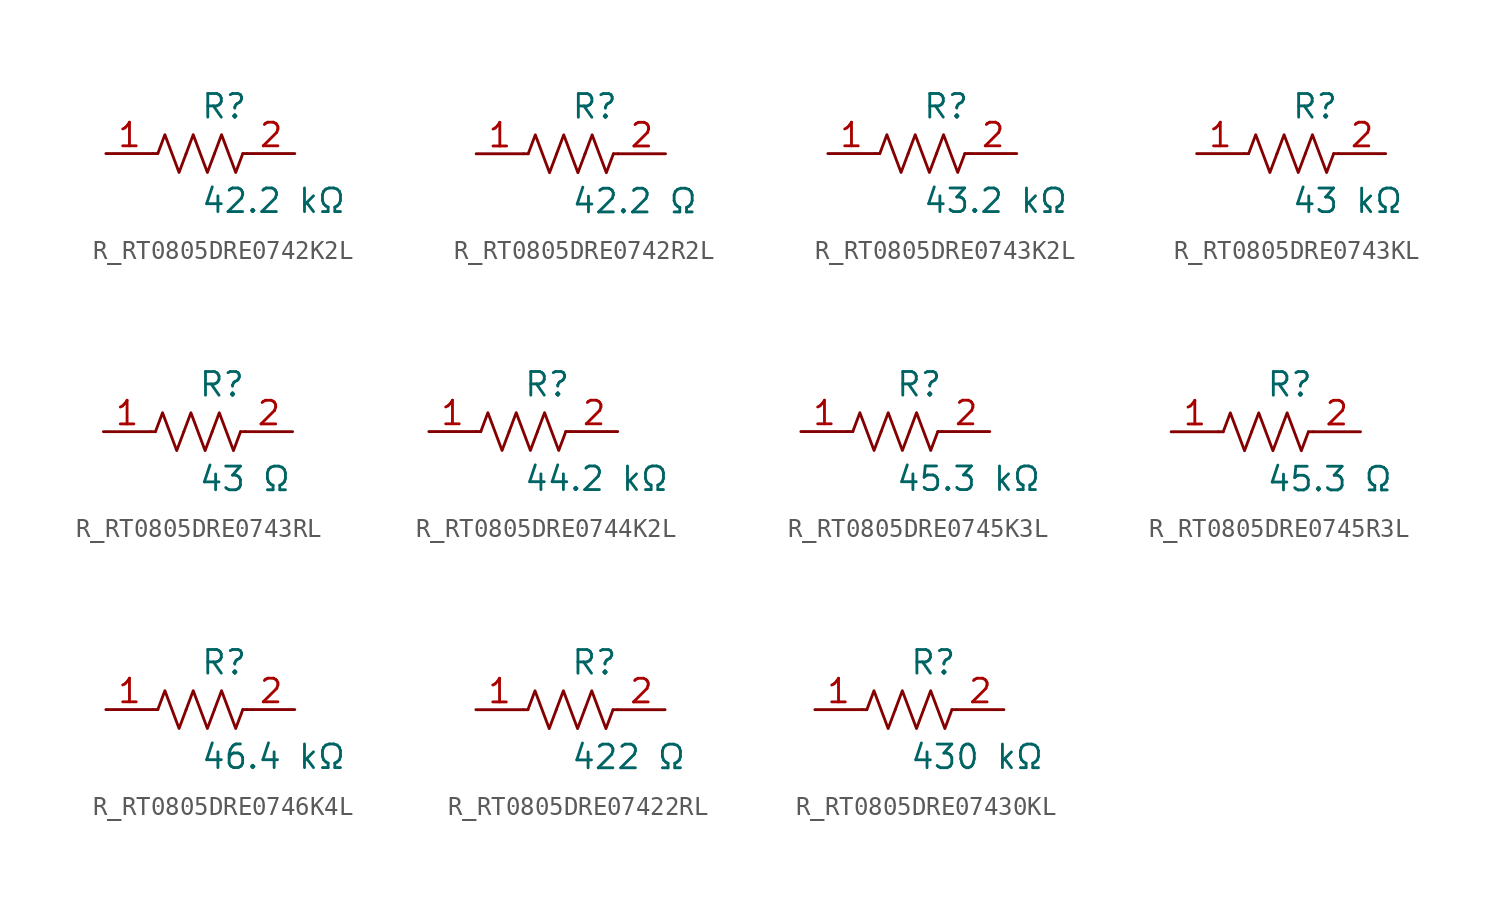
<source format=kicad_sym>
(kicad_symbol_lib
  (version 20231120)
  (generator kicad_symbol_editor)
  (generator_version 8.0)
  (symbol "R_RT0805DRE0742K2L"
    (pin_names
      (offset 0.254))
    (property "Reference" "R"
      (at 0 2.54 0)
      (effects (font (size 1.27 1.27)) (justify left)))
    (property "Value" "42.2 kΩ"
      (at 0 -2.54 0)
      (effects (font (size 1.27 1.27)) (justify left)))
    (symbol "R_RT0805DRE0742K2L_0_1"
      (polyline (pts (xy 2.286 0) (xy 2.54 0)) (stroke (width 0) (type default)) (fill (type none)))
      (polyline (pts (xy -2.286 0) (xy -2.54 0)) (stroke (width 0) (type default)) (fill (type none)))
      (polyline (pts (xy 0.762 0) (xy 1.143 1.016) (xy 1.524 0) (xy 1.905 -1.016) (xy 2.286 0)) (stroke (width 0) (type default)) (fill (type none)))
      (polyline (pts (xy -0.762 0) (xy -0.381 1.016) (xy 0 0) (xy 0.381 -1.016) (xy 0.762 0)) (stroke (width 0) (type default)) (fill (type none)))
      (polyline (pts (xy -2.286 0) (xy -1.905 1.016) (xy -1.524 0) (xy -1.143 -1.016) (xy -0.762 0)) (stroke (width 0) (type default)) (fill (type none))))
    (pin passive line
      (at -5.08 0 0)
      (length 2.54)
      (name "" (effects (font (size 1.27 1.27))))
      (number "1" (effects (font (size 1.27 1.27)))))
    (pin passive line
      (at 5.08 0 180)
      (length 2.54)
      (name "" (effects (font (size 1.27 1.27))))
      (number "2" (effects (font (size 1.27 1.27))))))
  (symbol "R_RT0805DRE0742R2L"
    (pin_names
      (offset 0.254))
    (property "Reference" "R"
      (at 0 2.54 0)
      (effects (font (size 1.27 1.27)) (justify left)))
    (property "Value" "42.2 Ω"
      (at 0 -2.54 0)
      (effects (font (size 1.27 1.27)) (justify left)))
    (symbol "R_RT0805DRE0742R2L_0_1"
      (polyline (pts (xy 2.286 0) (xy 2.54 0)) (stroke (width 0) (type default)) (fill (type none)))
      (polyline (pts (xy -2.286 0) (xy -2.54 0)) (stroke (width 0) (type default)) (fill (type none)))
      (polyline (pts (xy 0.762 0) (xy 1.143 1.016) (xy 1.524 0) (xy 1.905 -1.016) (xy 2.286 0)) (stroke (width 0) (type default)) (fill (type none)))
      (polyline (pts (xy -0.762 0) (xy -0.381 1.016) (xy 0 0) (xy 0.381 -1.016) (xy 0.762 0)) (stroke (width 0) (type default)) (fill (type none)))
      (polyline (pts (xy -2.286 0) (xy -1.905 1.016) (xy -1.524 0) (xy -1.143 -1.016) (xy -0.762 0)) (stroke (width 0) (type default)) (fill (type none))))
    (pin passive line
      (at -5.08 0 0)
      (length 2.54)
      (name "" (effects (font (size 1.27 1.27))))
      (number "1" (effects (font (size 1.27 1.27)))))
    (pin passive line
      (at 5.08 0 180)
      (length 2.54)
      (name "" (effects (font (size 1.27 1.27))))
      (number "2" (effects (font (size 1.27 1.27))))))
  (symbol "R_RT0805DRE0743K2L"
    (pin_names
      (offset 0.254))
    (property "Reference" "R"
      (at 0 2.54 0)
      (effects (font (size 1.27 1.27)) (justify left)))
    (property "Value" "43.2 kΩ"
      (at 0 -2.54 0)
      (effects (font (size 1.27 1.27)) (justify left)))
    (symbol "R_RT0805DRE0743K2L_0_1"
      (polyline (pts (xy 2.286 0) (xy 2.54 0)) (stroke (width 0) (type default)) (fill (type none)))
      (polyline (pts (xy -2.286 0) (xy -2.54 0)) (stroke (width 0) (type default)) (fill (type none)))
      (polyline (pts (xy 0.762 0) (xy 1.143 1.016) (xy 1.524 0) (xy 1.905 -1.016) (xy 2.286 0)) (stroke (width 0) (type default)) (fill (type none)))
      (polyline (pts (xy -0.762 0) (xy -0.381 1.016) (xy 0 0) (xy 0.381 -1.016) (xy 0.762 0)) (stroke (width 0) (type default)) (fill (type none)))
      (polyline (pts (xy -2.286 0) (xy -1.905 1.016) (xy -1.524 0) (xy -1.143 -1.016) (xy -0.762 0)) (stroke (width 0) (type default)) (fill (type none))))
    (pin passive line
      (at -5.08 0 0)
      (length 2.54)
      (name "" (effects (font (size 1.27 1.27))))
      (number "1" (effects (font (size 1.27 1.27)))))
    (pin passive line
      (at 5.08 0 180)
      (length 2.54)
      (name "" (effects (font (size 1.27 1.27))))
      (number "2" (effects (font (size 1.27 1.27))))))
  (symbol "R_RT0805DRE0743KL"
    (pin_names
      (offset 0.254))
    (property "Reference" "R"
      (at 0 2.54 0)
      (effects (font (size 1.27 1.27)) (justify left)))
    (property "Value" "43 kΩ"
      (at 0 -2.54 0)
      (effects (font (size 1.27 1.27)) (justify left)))
    (symbol "R_RT0805DRE0743KL_0_1"
      (polyline (pts (xy 2.286 0) (xy 2.54 0)) (stroke (width 0) (type default)) (fill (type none)))
      (polyline (pts (xy -2.286 0) (xy -2.54 0)) (stroke (width 0) (type default)) (fill (type none)))
      (polyline (pts (xy 0.762 0) (xy 1.143 1.016) (xy 1.524 0) (xy 1.905 -1.016) (xy 2.286 0)) (stroke (width 0) (type default)) (fill (type none)))
      (polyline (pts (xy -0.762 0) (xy -0.381 1.016) (xy 0 0) (xy 0.381 -1.016) (xy 0.762 0)) (stroke (width 0) (type default)) (fill (type none)))
      (polyline (pts (xy -2.286 0) (xy -1.905 1.016) (xy -1.524 0) (xy -1.143 -1.016) (xy -0.762 0)) (stroke (width 0) (type default)) (fill (type none))))
    (pin passive line
      (at -5.08 0 0)
      (length 2.54)
      (name "" (effects (font (size 1.27 1.27))))
      (number "1" (effects (font (size 1.27 1.27)))))
    (pin passive line
      (at 5.08 0 180)
      (length 2.54)
      (name "" (effects (font (size 1.27 1.27))))
      (number "2" (effects (font (size 1.27 1.27))))))
  (symbol "R_RT0805DRE0743RL"
    (pin_names
      (offset 0.254))
    (property "Reference" "R"
      (at 0 2.54 0)
      (effects (font (size 1.27 1.27)) (justify left)))
    (property "Value" "43 Ω"
      (at 0 -2.54 0)
      (effects (font (size 1.27 1.27)) (justify left)))
    (symbol "R_RT0805DRE0743RL_0_1"
      (polyline (pts (xy 2.286 0) (xy 2.54 0)) (stroke (width 0) (type default)) (fill (type none)))
      (polyline (pts (xy -2.286 0) (xy -2.54 0)) (stroke (width 0) (type default)) (fill (type none)))
      (polyline (pts (xy 0.762 0) (xy 1.143 1.016) (xy 1.524 0) (xy 1.905 -1.016) (xy 2.286 0)) (stroke (width 0) (type default)) (fill (type none)))
      (polyline (pts (xy -0.762 0) (xy -0.381 1.016) (xy 0 0) (xy 0.381 -1.016) (xy 0.762 0)) (stroke (width 0) (type default)) (fill (type none)))
      (polyline (pts (xy -2.286 0) (xy -1.905 1.016) (xy -1.524 0) (xy -1.143 -1.016) (xy -0.762 0)) (stroke (width 0) (type default)) (fill (type none))))
    (pin passive line
      (at -5.08 0 0)
      (length 2.54)
      (name "" (effects (font (size 1.27 1.27))))
      (number "1" (effects (font (size 1.27 1.27)))))
    (pin passive line
      (at 5.08 0 180)
      (length 2.54)
      (name "" (effects (font (size 1.27 1.27))))
      (number "2" (effects (font (size 1.27 1.27))))))
  (symbol "R_RT0805DRE0744K2L"
    (pin_names
      (offset 0.254))
    (property "Reference" "R"
      (at 0 2.54 0)
      (effects (font (size 1.27 1.27)) (justify left)))
    (property "Value" "44.2 kΩ"
      (at 0 -2.54 0)
      (effects (font (size 1.27 1.27)) (justify left)))
    (symbol "R_RT0805DRE0744K2L_0_1"
      (polyline (pts (xy 2.286 0) (xy 2.54 0)) (stroke (width 0) (type default)) (fill (type none)))
      (polyline (pts (xy -2.286 0) (xy -2.54 0)) (stroke (width 0) (type default)) (fill (type none)))
      (polyline (pts (xy 0.762 0) (xy 1.143 1.016) (xy 1.524 0) (xy 1.905 -1.016) (xy 2.286 0)) (stroke (width 0) (type default)) (fill (type none)))
      (polyline (pts (xy -0.762 0) (xy -0.381 1.016) (xy 0 0) (xy 0.381 -1.016) (xy 0.762 0)) (stroke (width 0) (type default)) (fill (type none)))
      (polyline (pts (xy -2.286 0) (xy -1.905 1.016) (xy -1.524 0) (xy -1.143 -1.016) (xy -0.762 0)) (stroke (width 0) (type default)) (fill (type none))))
    (pin passive line
      (at -5.08 0 0)
      (length 2.54)
      (name "" (effects (font (size 1.27 1.27))))
      (number "1" (effects (font (size 1.27 1.27)))))
    (pin passive line
      (at 5.08 0 180)
      (length 2.54)
      (name "" (effects (font (size 1.27 1.27))))
      (number "2" (effects (font (size 1.27 1.27))))))
  (symbol "R_RT0805DRE0745K3L"
    (pin_names
      (offset 0.254))
    (property "Reference" "R"
      (at 0 2.54 0)
      (effects (font (size 1.27 1.27)) (justify left)))
    (property "Value" "45.3 kΩ"
      (at 0 -2.54 0)
      (effects (font (size 1.27 1.27)) (justify left)))
    (symbol "R_RT0805DRE0745K3L_0_1"
      (polyline (pts (xy 2.286 0) (xy 2.54 0)) (stroke (width 0) (type default)) (fill (type none)))
      (polyline (pts (xy -2.286 0) (xy -2.54 0)) (stroke (width 0) (type default)) (fill (type none)))
      (polyline (pts (xy 0.762 0) (xy 1.143 1.016) (xy 1.524 0) (xy 1.905 -1.016) (xy 2.286 0)) (stroke (width 0) (type default)) (fill (type none)))
      (polyline (pts (xy -0.762 0) (xy -0.381 1.016) (xy 0 0) (xy 0.381 -1.016) (xy 0.762 0)) (stroke (width 0) (type default)) (fill (type none)))
      (polyline (pts (xy -2.286 0) (xy -1.905 1.016) (xy -1.524 0) (xy -1.143 -1.016) (xy -0.762 0)) (stroke (width 0) (type default)) (fill (type none))))
    (pin passive line
      (at -5.08 0 0)
      (length 2.54)
      (name "" (effects (font (size 1.27 1.27))))
      (number "1" (effects (font (size 1.27 1.27)))))
    (pin passive line
      (at 5.08 0 180)
      (length 2.54)
      (name "" (effects (font (size 1.27 1.27))))
      (number "2" (effects (font (size 1.27 1.27))))))
  (symbol "R_RT0805DRE0745R3L"
    (pin_names
      (offset 0.254))
    (property "Reference" "R"
      (at 0 2.54 0)
      (effects (font (size 1.27 1.27)) (justify left)))
    (property "Value" "45.3 Ω"
      (at 0 -2.54 0)
      (effects (font (size 1.27 1.27)) (justify left)))
    (symbol "R_RT0805DRE0745R3L_0_1"
      (polyline (pts (xy 2.286 0) (xy 2.54 0)) (stroke (width 0) (type default)) (fill (type none)))
      (polyline (pts (xy -2.286 0) (xy -2.54 0)) (stroke (width 0) (type default)) (fill (type none)))
      (polyline (pts (xy 0.762 0) (xy 1.143 1.016) (xy 1.524 0) (xy 1.905 -1.016) (xy 2.286 0)) (stroke (width 0) (type default)) (fill (type none)))
      (polyline (pts (xy -0.762 0) (xy -0.381 1.016) (xy 0 0) (xy 0.381 -1.016) (xy 0.762 0)) (stroke (width 0) (type default)) (fill (type none)))
      (polyline (pts (xy -2.286 0) (xy -1.905 1.016) (xy -1.524 0) (xy -1.143 -1.016) (xy -0.762 0)) (stroke (width 0) (type default)) (fill (type none))))
    (pin passive line
      (at -5.08 0 0)
      (length 2.54)
      (name "" (effects (font (size 1.27 1.27))))
      (number "1" (effects (font (size 1.27 1.27)))))
    (pin passive line
      (at 5.08 0 180)
      (length 2.54)
      (name "" (effects (font (size 1.27 1.27))))
      (number "2" (effects (font (size 1.27 1.27))))))
  (symbol "R_RT0805DRE0746K4L"
    (pin_names
      (offset 0.254))
    (property "Reference" "R"
      (at 0 2.54 0)
      (effects (font (size 1.27 1.27)) (justify left)))
    (property "Value" "46.4 kΩ"
      (at 0 -2.54 0)
      (effects (font (size 1.27 1.27)) (justify left)))
    (symbol "R_RT0805DRE0746K4L_0_1"
      (polyline (pts (xy 2.286 0) (xy 2.54 0)) (stroke (width 0) (type default)) (fill (type none)))
      (polyline (pts (xy -2.286 0) (xy -2.54 0)) (stroke (width 0) (type default)) (fill (type none)))
      (polyline (pts (xy 0.762 0) (xy 1.143 1.016) (xy 1.524 0) (xy 1.905 -1.016) (xy 2.286 0)) (stroke (width 0) (type default)) (fill (type none)))
      (polyline (pts (xy -0.762 0) (xy -0.381 1.016) (xy 0 0) (xy 0.381 -1.016) (xy 0.762 0)) (stroke (width 0) (type default)) (fill (type none)))
      (polyline (pts (xy -2.286 0) (xy -1.905 1.016) (xy -1.524 0) (xy -1.143 -1.016) (xy -0.762 0)) (stroke (width 0) (type default)) (fill (type none))))
    (pin passive line
      (at -5.08 0 0)
      (length 2.54)
      (name "" (effects (font (size 1.27 1.27))))
      (number "1" (effects (font (size 1.27 1.27)))))
    (pin passive line
      (at 5.08 0 180)
      (length 2.54)
      (name "" (effects (font (size 1.27 1.27))))
      (number "2" (effects (font (size 1.27 1.27))))))
  (symbol "R_RT0805DRE07422RL"
    (pin_names
      (offset 0.254))
    (property "Reference" "R"
      (at 0 2.54 0)
      (effects (font (size 1.27 1.27)) (justify left)))
    (property "Value" "422 Ω"
      (at 0 -2.54 0)
      (effects (font (size 1.27 1.27)) (justify left)))
    (symbol "R_RT0805DRE07422RL_0_1"
      (polyline (pts (xy 2.286 0) (xy 2.54 0)) (stroke (width 0) (type default)) (fill (type none)))
      (polyline (pts (xy -2.286 0) (xy -2.54 0)) (stroke (width 0) (type default)) (fill (type none)))
      (polyline (pts (xy 0.762 0) (xy 1.143 1.016) (xy 1.524 0) (xy 1.905 -1.016) (xy 2.286 0)) (stroke (width 0) (type default)) (fill (type none)))
      (polyline (pts (xy -0.762 0) (xy -0.381 1.016) (xy 0 0) (xy 0.381 -1.016) (xy 0.762 0)) (stroke (width 0) (type default)) (fill (type none)))
      (polyline (pts (xy -2.286 0) (xy -1.905 1.016) (xy -1.524 0) (xy -1.143 -1.016) (xy -0.762 0)) (stroke (width 0) (type default)) (fill (type none))))
    (pin passive line
      (at -5.08 0 0)
      (length 2.54)
      (name "" (effects (font (size 1.27 1.27))))
      (number "1" (effects (font (size 1.27 1.27)))))
    (pin passive line
      (at 5.08 0 180)
      (length 2.54)
      (name "" (effects (font (size 1.27 1.27))))
      (number "2" (effects (font (size 1.27 1.27))))))
  (symbol "R_RT0805DRE07430KL"
    (pin_names
      (offset 0.254))
    (property "Reference" "R"
      (at 0 2.54 0)
      (effects (font (size 1.27 1.27)) (justify left)))
    (property "Value" "430 kΩ"
      (at 0 -2.54 0)
      (effects (font (size 1.27 1.27)) (justify left)))
    (symbol "R_RT0805DRE07430KL_0_1"
      (polyline (pts (xy 2.286 0) (xy 2.54 0)) (stroke (width 0) (type default)) (fill (type none)))
      (polyline (pts (xy -2.286 0) (xy -2.54 0)) (stroke (width 0) (type default)) (fill (type none)))
      (polyline (pts (xy 0.762 0) (xy 1.143 1.016) (xy 1.524 0) (xy 1.905 -1.016) (xy 2.286 0)) (stroke (width 0) (type default)) (fill (type none)))
      (polyline (pts (xy -0.762 0) (xy -0.381 1.016) (xy 0 0) (xy 0.381 -1.016) (xy 0.762 0)) (stroke (width 0) (type default)) (fill (type none)))
      (polyline (pts (xy -2.286 0) (xy -1.905 1.016) (xy -1.524 0) (xy -1.143 -1.016) (xy -0.762 0)) (stroke (width 0) (type default)) (fill (type none))))
    (pin passive line
      (at -5.08 0 0)
      (length 2.54)
      (name "" (effects (font (size 1.27 1.27))))
      (number "1" (effects (font (size 1.27 1.27)))))
    (pin passive line
      (at 5.08 0 180)
      (length 2.54)
      (name "" (effects (font (size 1.27 1.27))))
      (number "2" (effects (font (size 1.27 1.27)))))))
</source>
